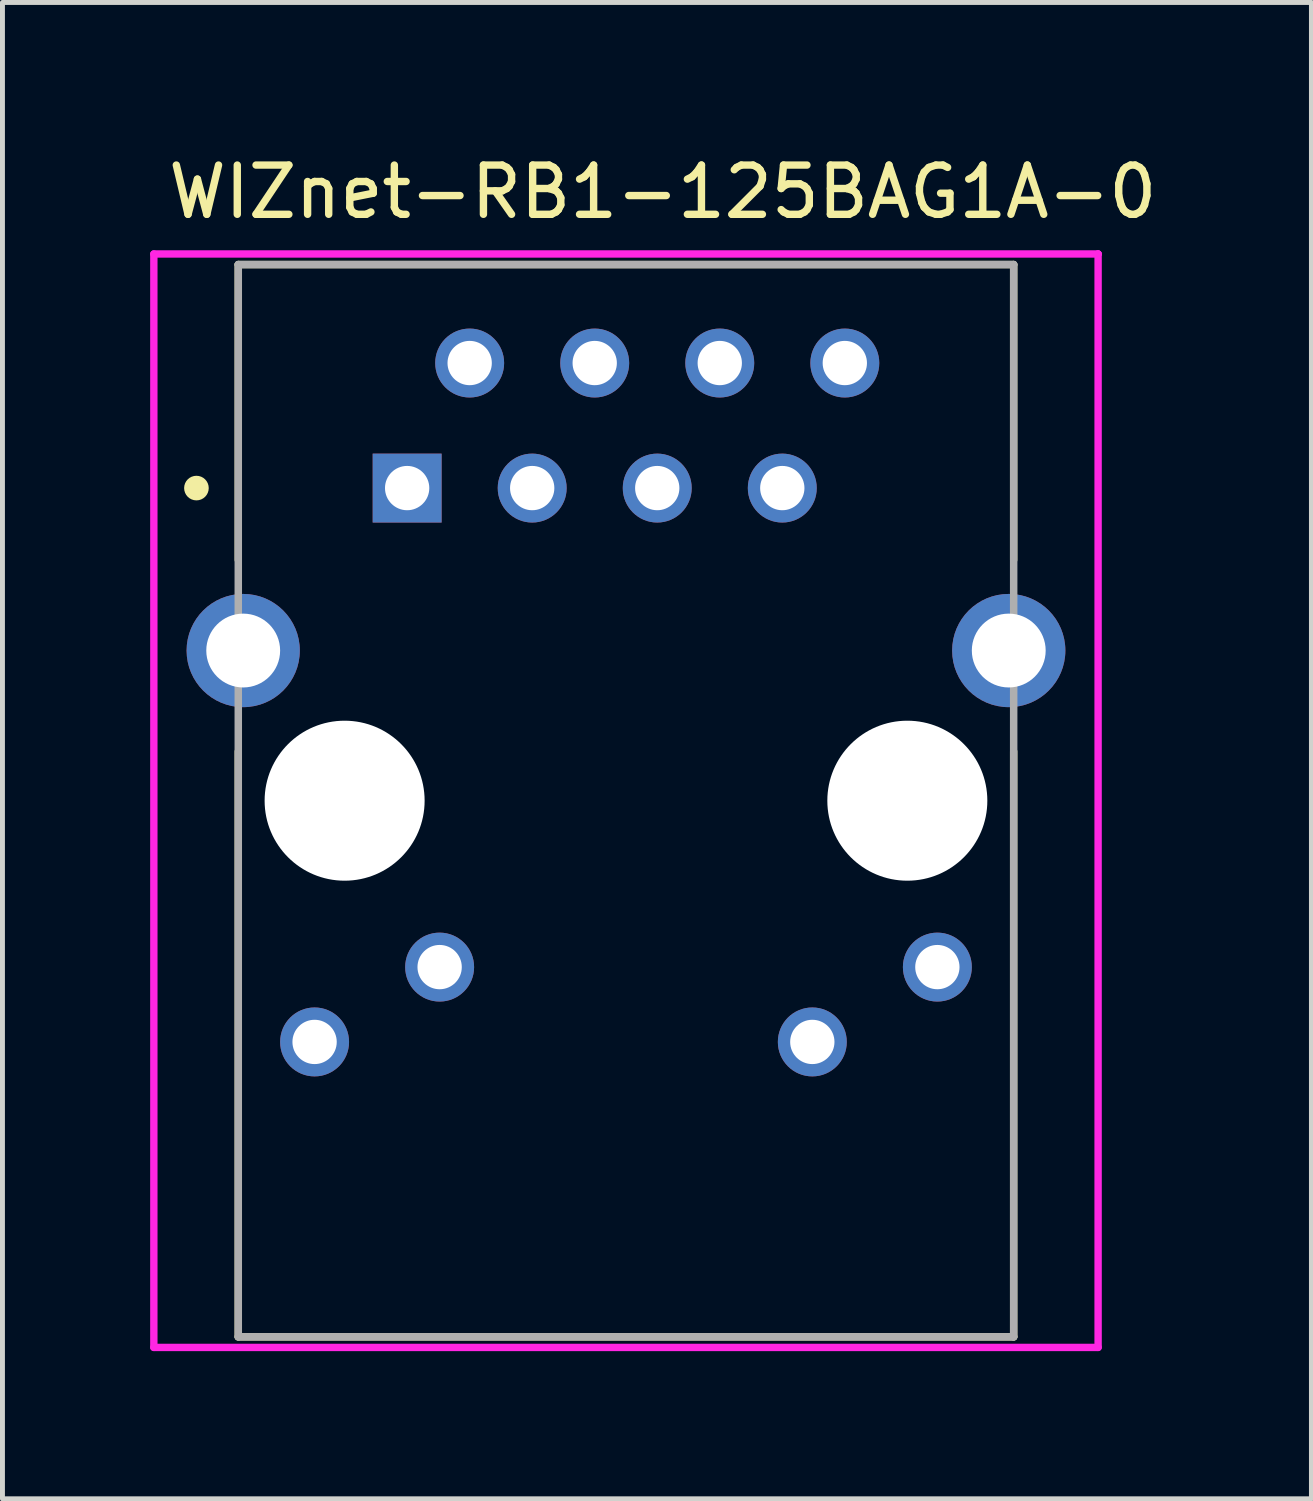
<source format=kicad_pcb>
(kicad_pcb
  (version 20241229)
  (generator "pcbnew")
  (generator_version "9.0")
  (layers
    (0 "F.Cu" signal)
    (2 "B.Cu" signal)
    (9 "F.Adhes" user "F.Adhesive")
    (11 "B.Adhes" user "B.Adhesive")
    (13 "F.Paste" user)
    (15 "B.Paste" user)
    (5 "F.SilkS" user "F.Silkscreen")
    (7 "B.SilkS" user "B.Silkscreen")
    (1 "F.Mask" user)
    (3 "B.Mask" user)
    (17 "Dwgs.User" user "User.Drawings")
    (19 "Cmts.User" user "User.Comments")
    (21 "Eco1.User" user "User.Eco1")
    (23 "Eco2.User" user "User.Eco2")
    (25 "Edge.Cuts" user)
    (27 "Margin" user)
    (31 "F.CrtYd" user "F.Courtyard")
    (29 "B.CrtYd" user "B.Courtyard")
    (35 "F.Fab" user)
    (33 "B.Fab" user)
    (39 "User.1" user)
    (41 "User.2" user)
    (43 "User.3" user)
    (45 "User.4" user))
  (footprint "WIZnet-RB1-125BAG1A-0"
    (layer "F.Cu")
    (at 9.665 13.214)
    (property "Reference" "WIZnet-RB1-125BAG1A-0" (at -9.375 -12.366 0) (layer "F.SilkS") (effects (font (size 1 1) (thickness 0.15)) (justify left)))
    (attr through_hole)
    (fp_line (start -7.875 -4.89) (end -7.875 -10.89) (stroke (width 0.15) (type solid)) (layer "F.SilkS"))
    (fp_line (start -7.875 -1) (end -7.875 10.89) (stroke (width 0.15) (type solid)) (layer "F.SilkS"))
    (fp_line (start 7.875 -10.89) (end -7.875 -10.89) (stroke (width 0.15) (type solid)) (layer "F.SilkS"))
    (fp_line (start 7.875 -4.89) (end 7.875 -10.89) (stroke (width 0.15) (type solid)) (layer "F.SilkS"))
    (fp_line (start 7.875 -1) (end 7.875 10.89) (stroke (width 0.15) (type solid)) (layer "F.SilkS"))
    (fp_line (start 7.875 10.89) (end -7.875 10.89) (stroke (width 0.15) (type solid)) (layer "F.SilkS"))
    (fp_circle (center -8.725 -6.35) (end -8.6 -6.35) (stroke (width 0.25) (type solid)) (fill no) (layer "F.SilkS"))
    (fp_line (start -9.59 -11.105) (end -9.59 11.105) (stroke (width 0.15) (type solid)) (layer "F.CrtYd"))
    (fp_line (start -9.59 11.105) (end 9.59 11.105) (stroke (width 0.15) (type solid)) (layer "F.CrtYd"))
    (fp_line (start 9.59 -11.105) (end -9.59 -11.105) (stroke (width 0.15) (type solid)) (layer "F.CrtYd"))
    (fp_line (start 9.59 -11.105) (end 9.59 -11.105) (stroke (width 0.15) (type solid)) (layer "F.CrtYd"))
    (fp_line (start 9.59 11.105) (end 9.59 -11.105) (stroke (width 0.15) (type solid)) (layer "F.CrtYd"))
    (fp_line (start -7.875 -10.89) (end 7.875 -10.89) (stroke (width 0.152) (type solid)) (layer "F.Fab"))
    (fp_line (start -7.875 10.89) (end -7.875 -10.89) (stroke (width 0.152) (type solid)) (layer "F.Fab"))
    (fp_line (start 7.875 -10.89) (end 7.875 10.89) (stroke (width 0.152) (type solid)) (layer "F.Fab"))
    (fp_line (start 7.875 10.89) (end -7.875 10.89) (stroke (width 0.152) (type solid)) (layer "F.Fab"))
    (pad "" np_thru_hole circle (at -5.715 0) (size 3.25 3.25) (drill 3.25) (layers "*.Cu" "*.Mask"))
    (pad "" np_thru_hole circle (at 5.715 0) (size 3.25 3.25) (drill 3.25) (layers "*.Cu" "*.Mask"))
    (pad "1" thru_hole circle (at -7.775 -3.05) (size 2.3 2.3) (drill 1.5) (layers "*.Cu"))
    (pad "2" thru_hole circle (at 7.775 -3.05) (size 2.3 2.3) (drill 1.5) (layers "*.Cu"))
    (pad "L1" thru_hole circle (at 6.325 3.38) (size 1.4 1.4) (drill 0.9) (layers "*.Cu"))
    (pad "L2" thru_hole circle (at 3.785 4.9) (size 1.4 1.4) (drill 0.9) (layers "*.Cu"))
    (pad "L3" thru_hole circle (at -3.785 3.38) (size 1.4 1.4) (drill 0.9) (layers "*.Cu"))
    (pad "L4" thru_hole circle (at -6.325 4.9) (size 1.4 1.4) (drill 0.9) (layers "*.Cu"))
    (pad "R1" thru_hole rect (at -4.445 -6.35) (size 1.4 1.4) (drill 0.9) (layers "*.Cu"))
    (pad "R2" thru_hole circle (at -3.175 -8.89) (size 1.4 1.4) (drill 0.9) (layers "*.Cu"))
    (pad "R3" thru_hole circle (at -1.905 -6.35) (size 1.4 1.4) (drill 0.9) (layers "*.Cu"))
    (pad "R4" thru_hole circle (at -0.635 -8.89) (size 1.4 1.4) (drill 0.9) (layers "*.Cu"))
    (pad "R5" thru_hole circle (at 0.635 -6.35) (size 1.4 1.4) (drill 0.9) (layers "*.Cu"))
    (pad "R6" thru_hole circle (at 1.905 -8.89) (size 1.4 1.4) (drill 0.9) (layers "*.Cu"))
    (pad "R7" thru_hole circle (at 3.175 -6.35) (size 1.4 1.4) (drill 0.9) (layers "*.Cu"))
    (pad "R8" thru_hole circle (at 4.445 -8.89) (size 1.4 1.4) (drill 0.9) (layers "*.Cu")))
  (gr_rect
    (start -3 -3)
    (end 23.588 27.394)
    (stroke (width 0.1) (type default))
    (fill no)
    (layer "Edge.Cuts")))
</source>
